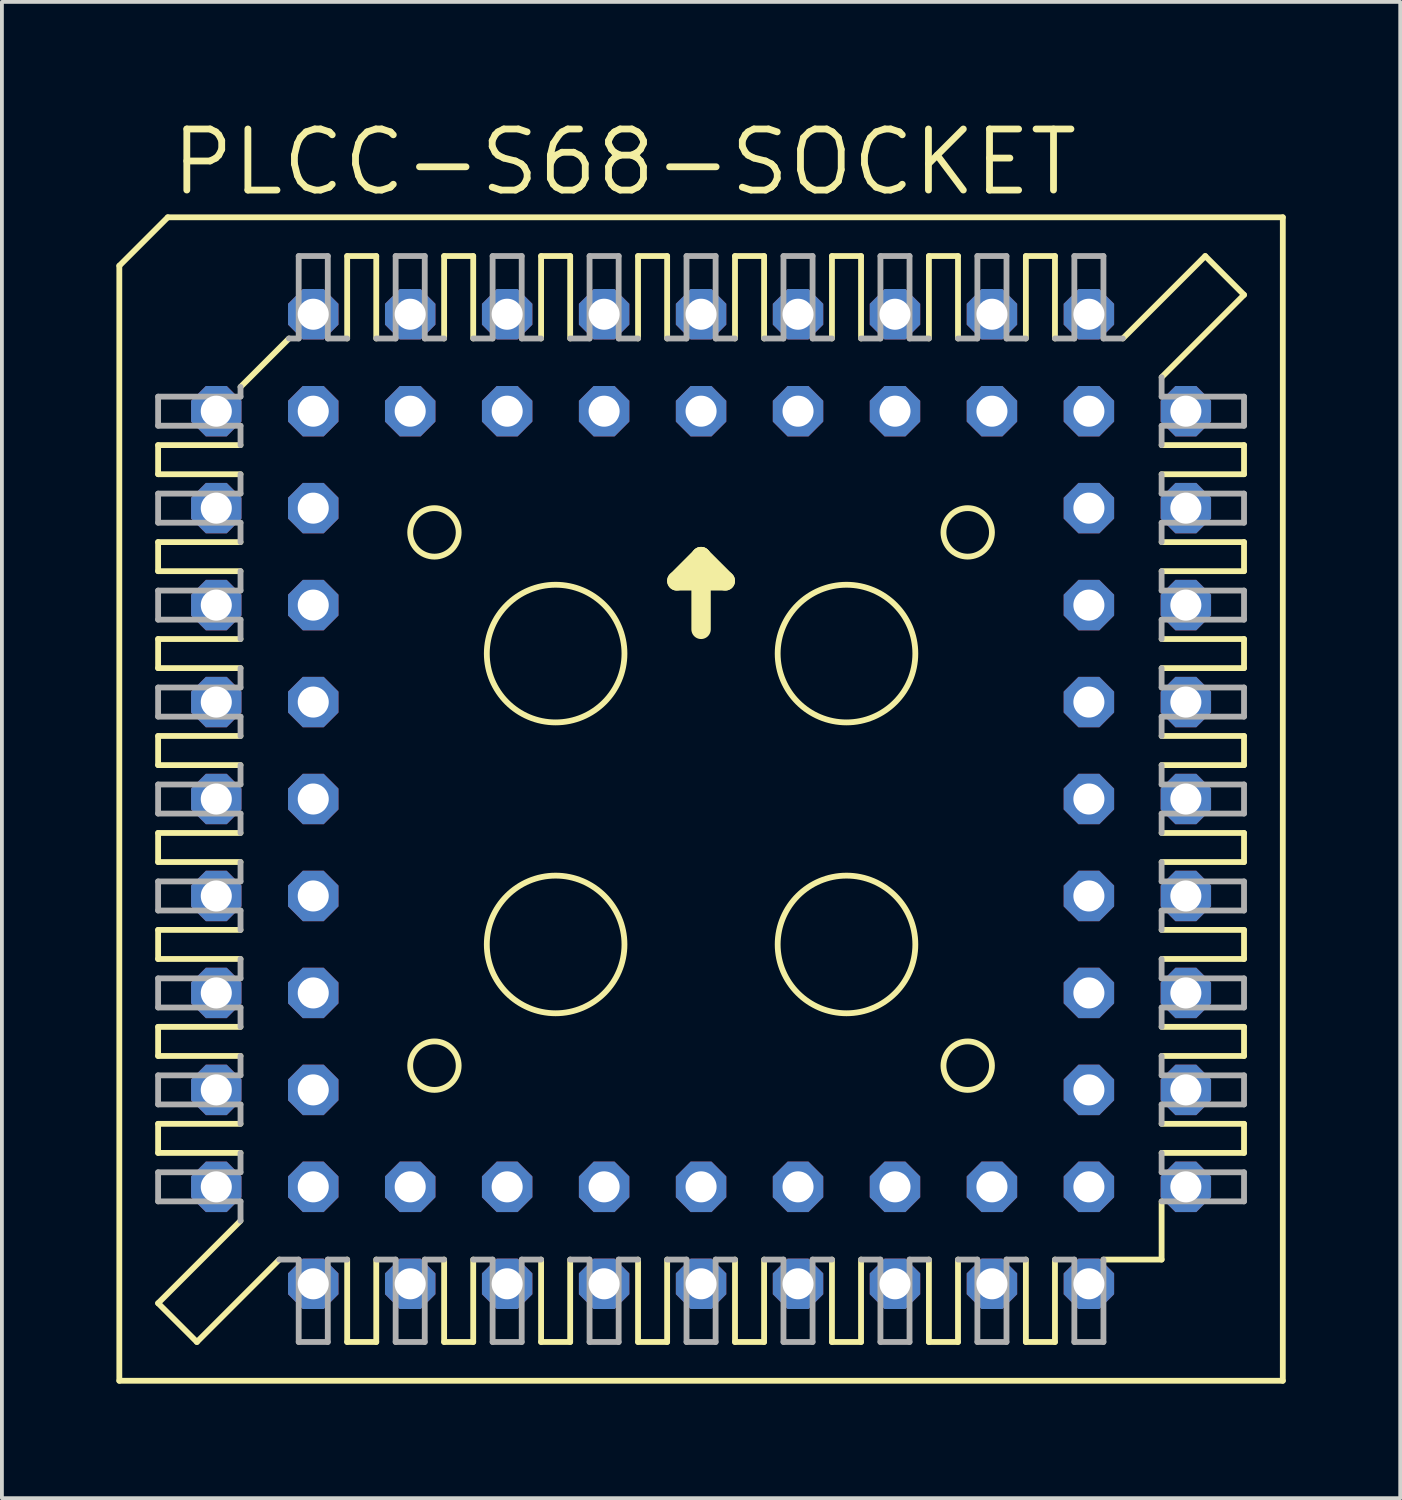
<source format=kicad_pcb>
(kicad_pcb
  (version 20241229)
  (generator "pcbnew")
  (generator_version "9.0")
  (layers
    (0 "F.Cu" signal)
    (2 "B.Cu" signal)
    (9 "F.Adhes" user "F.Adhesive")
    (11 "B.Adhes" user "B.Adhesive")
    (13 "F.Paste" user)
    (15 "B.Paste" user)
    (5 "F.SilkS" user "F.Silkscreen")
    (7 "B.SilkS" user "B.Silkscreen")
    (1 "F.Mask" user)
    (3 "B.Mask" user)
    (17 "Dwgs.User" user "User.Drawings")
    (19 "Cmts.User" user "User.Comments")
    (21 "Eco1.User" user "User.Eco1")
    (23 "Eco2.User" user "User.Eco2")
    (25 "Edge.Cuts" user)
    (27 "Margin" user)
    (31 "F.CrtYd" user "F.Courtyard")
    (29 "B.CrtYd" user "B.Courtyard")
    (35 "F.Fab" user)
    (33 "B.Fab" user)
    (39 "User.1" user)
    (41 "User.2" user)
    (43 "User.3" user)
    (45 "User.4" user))
  (footprint "PLCC-S68-SOCKET"
    (layer "F.Cu")
    (at 15.316 17.882)
    (property "Reference" "PLCC-S68-SOCKET" (at -13.97 -15.748 0) (layer "F.SilkS") (effects (font (size 1.6 1.6) (thickness 0.178)) (justify left bottom)))
    (fp_line (start -15.24 -13.97) (end -15.24 15.24) (stroke (width 0.152) (type solid)) (layer "F.SilkS"))
    (fp_line (start -14.224 -9.271) (end -14.224 -8.509) (stroke (width 0.152) (type solid)) (layer "F.SilkS"))
    (fp_line (start -14.224 -9.271) (end -12.065 -9.271) (stroke (width 0.152) (type solid)) (layer "F.SilkS"))
    (fp_line (start -14.224 -6.731) (end -14.224 -5.969) (stroke (width 0.152) (type solid)) (layer "F.SilkS"))
    (fp_line (start -14.224 -6.731) (end -12.065 -6.731) (stroke (width 0.152) (type solid)) (layer "F.SilkS"))
    (fp_line (start -14.224 -4.191) (end -14.224 -3.429) (stroke (width 0.152) (type solid)) (layer "F.SilkS"))
    (fp_line (start -14.224 -4.191) (end -12.065 -4.191) (stroke (width 0.152) (type solid)) (layer "F.SilkS"))
    (fp_line (start -14.224 -0.889) (end -14.224 -1.651) (stroke (width 0.152) (type solid)) (layer "F.SilkS"))
    (fp_line (start -14.224 -0.889) (end -12.065 -0.889) (stroke (width 0.152) (type solid)) (layer "F.SilkS"))
    (fp_line (start -14.224 1.651) (end -14.224 0.889) (stroke (width 0.152) (type solid)) (layer "F.SilkS"))
    (fp_line (start -14.224 1.651) (end -12.065 1.651) (stroke (width 0.152) (type solid)) (layer "F.SilkS"))
    (fp_line (start -14.224 4.191) (end -14.224 3.429) (stroke (width 0.152) (type solid)) (layer "F.SilkS"))
    (fp_line (start -14.224 4.191) (end -12.065 4.191) (stroke (width 0.152) (type solid)) (layer "F.SilkS"))
    (fp_line (start -14.224 5.969) (end -14.224 6.731) (stroke (width 0.152) (type solid)) (layer "F.SilkS"))
    (fp_line (start -14.224 5.969) (end -12.065 5.969) (stroke (width 0.152) (type solid)) (layer "F.SilkS"))
    (fp_line (start -14.224 8.509) (end -14.224 9.271) (stroke (width 0.152) (type solid)) (layer "F.SilkS"))
    (fp_line (start -14.224 8.509) (end -12.065 8.509) (stroke (width 0.152) (type solid)) (layer "F.SilkS"))
    (fp_line (start -14.224 13.208) (end -12.065 11.049) (stroke (width 0.152) (type solid)) (layer "F.SilkS"))
    (fp_line (start -13.97 -15.24) (end -15.24 -13.97) (stroke (width 0.152) (type solid)) (layer "F.SilkS"))
    (fp_line (start -13.208 14.224) (end -14.224 13.208) (stroke (width 0.152) (type solid)) (layer "F.SilkS"))
    (fp_line (start -13.208 14.224) (end -11.049 12.065) (stroke (width 0.152) (type solid)) (layer "F.SilkS"))
    (fp_line (start -12.065 -10.795) (end -10.795 -12.065) (stroke (width 0.152) (type solid)) (layer "F.SilkS"))
    (fp_line (start -12.065 -8.509) (end -14.224 -8.509) (stroke (width 0.152) (type solid)) (layer "F.SilkS"))
    (fp_line (start -12.065 -5.969) (end -14.224 -5.969) (stroke (width 0.152) (type solid)) (layer "F.SilkS"))
    (fp_line (start -12.065 -3.429) (end -14.224 -3.429) (stroke (width 0.152) (type solid)) (layer "F.SilkS"))
    (fp_line (start -12.065 -1.651) (end -14.224 -1.651) (stroke (width 0.152) (type solid)) (layer "F.SilkS"))
    (fp_line (start -12.065 0.889) (end -14.224 0.889) (stroke (width 0.152) (type solid)) (layer "F.SilkS"))
    (fp_line (start -12.065 3.429) (end -14.224 3.429) (stroke (width 0.152) (type solid)) (layer "F.SilkS"))
    (fp_line (start -12.065 6.731) (end -14.224 6.731) (stroke (width 0.152) (type solid)) (layer "F.SilkS"))
    (fp_line (start -12.065 9.271) (end -14.224 9.271) (stroke (width 0.152) (type solid)) (layer "F.SilkS"))
    (fp_line (start -9.271 -12.065) (end -9.271 -14.224) (stroke (width 0.152) (type solid)) (layer "F.SilkS"))
    (fp_line (start -9.271 14.224) (end -9.271 12.065) (stroke (width 0.152) (type solid)) (layer "F.SilkS"))
    (fp_line (start -9.271 14.224) (end -8.509 14.224) (stroke (width 0.152) (type solid)) (layer "F.SilkS"))
    (fp_line (start -8.509 -14.224) (end -9.271 -14.224) (stroke (width 0.152) (type solid)) (layer "F.SilkS"))
    (fp_line (start -8.509 -14.224) (end -8.509 -12.065) (stroke (width 0.152) (type solid)) (layer "F.SilkS"))
    (fp_line (start -8.509 12.065) (end -8.509 14.224) (stroke (width 0.152) (type solid)) (layer "F.SilkS"))
    (fp_line (start -6.731 -12.065) (end -6.731 -14.224) (stroke (width 0.152) (type solid)) (layer "F.SilkS"))
    (fp_line (start -6.731 14.224) (end -6.731 12.065) (stroke (width 0.152) (type solid)) (layer "F.SilkS"))
    (fp_line (start -6.731 14.224) (end -5.969 14.224) (stroke (width 0.152) (type solid)) (layer "F.SilkS"))
    (fp_line (start -5.969 -14.224) (end -6.731 -14.224) (stroke (width 0.152) (type solid)) (layer "F.SilkS"))
    (fp_line (start -5.969 -14.224) (end -5.969 -12.065) (stroke (width 0.152) (type solid)) (layer "F.SilkS"))
    (fp_line (start -5.969 12.065) (end -5.969 14.224) (stroke (width 0.152) (type solid)) (layer "F.SilkS"))
    (fp_line (start -4.191 -12.065) (end -4.191 -14.224) (stroke (width 0.152) (type solid)) (layer "F.SilkS"))
    (fp_line (start -4.191 14.224) (end -4.191 12.065) (stroke (width 0.152) (type solid)) (layer "F.SilkS"))
    (fp_line (start -4.191 14.224) (end -3.429 14.224) (stroke (width 0.152) (type solid)) (layer "F.SilkS"))
    (fp_line (start -3.429 -14.224) (end -4.191 -14.224) (stroke (width 0.152) (type solid)) (layer "F.SilkS"))
    (fp_line (start -3.429 -14.224) (end -3.429 -12.065) (stroke (width 0.152) (type solid)) (layer "F.SilkS"))
    (fp_line (start -3.429 12.065) (end -3.429 14.224) (stroke (width 0.152) (type solid)) (layer "F.SilkS"))
    (fp_line (start -1.651 -12.065) (end -1.651 -14.224) (stroke (width 0.152) (type solid)) (layer "F.SilkS"))
    (fp_line (start -1.651 14.224) (end -1.651 12.065) (stroke (width 0.152) (type solid)) (layer "F.SilkS"))
    (fp_line (start -1.651 14.224) (end -0.889 14.224) (stroke (width 0.152) (type solid)) (layer "F.SilkS"))
    (fp_line (start -0.889 -14.224) (end -1.651 -14.224) (stroke (width 0.152) (type solid)) (layer "F.SilkS"))
    (fp_line (start -0.889 -14.224) (end -0.889 -12.065) (stroke (width 0.152) (type solid)) (layer "F.SilkS"))
    (fp_line (start -0.889 12.065) (end -0.889 14.224) (stroke (width 0.152) (type solid)) (layer "F.SilkS"))
    (fp_line (start -0.635 -5.715) (end 0 -6.35) (stroke (width 0.508) (type solid)) (layer "F.SilkS"))
    (fp_line (start 0 -6.35) (end 0 -4.445) (stroke (width 0.508) (type solid)) (layer "F.SilkS"))
    (fp_line (start 0 -6.35) (end 0.635 -5.715) (stroke (width 0.508) (type solid)) (layer "F.SilkS"))
    (fp_line (start 0.635 -5.715) (end -0.635 -5.715) (stroke (width 0.508) (type solid)) (layer "F.SilkS"))
    (fp_line (start 0.889 -12.065) (end 0.889 -14.224) (stroke (width 0.152) (type solid)) (layer "F.SilkS"))
    (fp_line (start 0.889 14.224) (end 0.889 12.065) (stroke (width 0.152) (type solid)) (layer "F.SilkS"))
    (fp_line (start 0.889 14.224) (end 1.651 14.224) (stroke (width 0.152) (type solid)) (layer "F.SilkS"))
    (fp_line (start 1.651 -14.224) (end 0.889 -14.224) (stroke (width 0.152) (type solid)) (layer "F.SilkS"))
    (fp_line (start 1.651 -14.224) (end 1.651 -12.065) (stroke (width 0.152) (type solid)) (layer "F.SilkS"))
    (fp_line (start 1.651 12.065) (end 1.651 14.224) (stroke (width 0.152) (type solid)) (layer "F.SilkS"))
    (fp_line (start 3.429 -12.065) (end 3.429 -14.224) (stroke (width 0.152) (type solid)) (layer "F.SilkS"))
    (fp_line (start 3.429 14.224) (end 3.429 12.065) (stroke (width 0.152) (type solid)) (layer "F.SilkS"))
    (fp_line (start 3.429 14.224) (end 4.191 14.224) (stroke (width 0.152) (type solid)) (layer "F.SilkS"))
    (fp_line (start 4.191 -14.224) (end 3.429 -14.224) (stroke (width 0.152) (type solid)) (layer "F.SilkS"))
    (fp_line (start 4.191 -14.224) (end 4.191 -12.065) (stroke (width 0.152) (type solid)) (layer "F.SilkS"))
    (fp_line (start 4.191 12.065) (end 4.191 14.224) (stroke (width 0.152) (type solid)) (layer "F.SilkS"))
    (fp_line (start 5.969 -12.065) (end 5.969 -14.224) (stroke (width 0.152) (type solid)) (layer "F.SilkS"))
    (fp_line (start 5.969 14.224) (end 5.969 12.065) (stroke (width 0.152) (type solid)) (layer "F.SilkS"))
    (fp_line (start 5.969 14.224) (end 6.731 14.224) (stroke (width 0.152) (type solid)) (layer "F.SilkS"))
    (fp_line (start 6.731 -14.224) (end 5.969 -14.224) (stroke (width 0.152) (type solid)) (layer "F.SilkS"))
    (fp_line (start 6.731 -14.224) (end 6.731 -12.065) (stroke (width 0.152) (type solid)) (layer "F.SilkS"))
    (fp_line (start 6.731 12.065) (end 6.731 14.224) (stroke (width 0.152) (type solid)) (layer "F.SilkS"))
    (fp_line (start 8.509 -12.065) (end 8.509 -14.224) (stroke (width 0.152) (type solid)) (layer "F.SilkS"))
    (fp_line (start 8.509 14.224) (end 8.509 12.065) (stroke (width 0.152) (type solid)) (layer "F.SilkS"))
    (fp_line (start 8.509 14.224) (end 9.271 14.224) (stroke (width 0.152) (type solid)) (layer "F.SilkS"))
    (fp_line (start 9.271 -14.224) (end 8.509 -14.224) (stroke (width 0.152) (type solid)) (layer "F.SilkS"))
    (fp_line (start 9.271 -14.224) (end 9.271 -12.065) (stroke (width 0.152) (type solid)) (layer "F.SilkS"))
    (fp_line (start 9.271 14.224) (end 9.271 12.065) (stroke (width 0.152) (type solid)) (layer "F.SilkS"))
    (fp_line (start 10.541 12.065) (end 12.065 12.065) (stroke (width 0.152) (type solid)) (layer "F.SilkS"))
    (fp_line (start 12.065 -9.271) (end 14.224 -9.271) (stroke (width 0.152) (type solid)) (layer "F.SilkS"))
    (fp_line (start 12.065 -6.731) (end 14.224 -6.731) (stroke (width 0.152) (type solid)) (layer "F.SilkS"))
    (fp_line (start 12.065 -3.429) (end 14.224 -3.429) (stroke (width 0.152) (type solid)) (layer "F.SilkS"))
    (fp_line (start 12.065 -0.889) (end 14.224 -0.889) (stroke (width 0.152) (type solid)) (layer "F.SilkS"))
    (fp_line (start 12.065 1.651) (end 14.224 1.651) (stroke (width 0.152) (type solid)) (layer "F.SilkS"))
    (fp_line (start 12.065 3.429) (end 14.224 3.429) (stroke (width 0.152) (type solid)) (layer "F.SilkS"))
    (fp_line (start 12.065 5.969) (end 14.224 5.969) (stroke (width 0.152) (type solid)) (layer "F.SilkS"))
    (fp_line (start 12.065 8.509) (end 14.224 8.509) (stroke (width 0.152) (type solid)) (layer "F.SilkS"))
    (fp_line (start 12.065 12.065) (end 12.065 10.541) (stroke (width 0.152) (type solid)) (layer "F.SilkS"))
    (fp_line (start 13.208 -14.224) (end 11.049 -12.065) (stroke (width 0.152) (type solid)) (layer "F.SilkS"))
    (fp_line (start 14.224 -13.208) (end 12.065 -11.049) (stroke (width 0.152) (type solid)) (layer "F.SilkS"))
    (fp_line (start 14.224 -13.208) (end 13.208 -14.224) (stroke (width 0.152) (type solid)) (layer "F.SilkS"))
    (fp_line (start 14.224 -8.509) (end 12.065 -8.509) (stroke (width 0.152) (type solid)) (layer "F.SilkS"))
    (fp_line (start 14.224 -8.509) (end 14.224 -9.271) (stroke (width 0.152) (type solid)) (layer "F.SilkS"))
    (fp_line (start 14.224 -5.969) (end 12.065 -5.969) (stroke (width 0.152) (type solid)) (layer "F.SilkS"))
    (fp_line (start 14.224 -5.969) (end 14.224 -6.731) (stroke (width 0.152) (type solid)) (layer "F.SilkS"))
    (fp_line (start 14.224 -4.191) (end 12.065 -4.191) (stroke (width 0.152) (type solid)) (layer "F.SilkS"))
    (fp_line (start 14.224 -4.191) (end 14.224 -3.429) (stroke (width 0.152) (type solid)) (layer "F.SilkS"))
    (fp_line (start 14.224 -1.651) (end 12.065 -1.651) (stroke (width 0.152) (type solid)) (layer "F.SilkS"))
    (fp_line (start 14.224 -1.651) (end 14.224 -0.889) (stroke (width 0.152) (type solid)) (layer "F.SilkS"))
    (fp_line (start 14.224 0.889) (end 12.065 0.889) (stroke (width 0.152) (type solid)) (layer "F.SilkS"))
    (fp_line (start 14.224 0.889) (end 14.224 1.651) (stroke (width 0.152) (type solid)) (layer "F.SilkS"))
    (fp_line (start 14.224 4.191) (end 12.065 4.191) (stroke (width 0.152) (type solid)) (layer "F.SilkS"))
    (fp_line (start 14.224 4.191) (end 14.224 3.429) (stroke (width 0.152) (type solid)) (layer "F.SilkS"))
    (fp_line (start 14.224 6.731) (end 12.065 6.731) (stroke (width 0.152) (type solid)) (layer "F.SilkS"))
    (fp_line (start 14.224 6.731) (end 14.224 5.969) (stroke (width 0.152) (type solid)) (layer "F.SilkS"))
    (fp_line (start 14.224 9.271) (end 12.065 9.271) (stroke (width 0.152) (type solid)) (layer "F.SilkS"))
    (fp_line (start 14.224 9.271) (end 14.224 8.509) (stroke (width 0.152) (type solid)) (layer "F.SilkS"))
    (fp_line (start 15.24 -15.24) (end -13.97 -15.24) (stroke (width 0.152) (type solid)) (layer "F.SilkS"))
    (fp_line (start 15.24 15.24) (end -15.24 15.24) (stroke (width 0.152) (type solid)) (layer "F.SilkS"))
    (fp_line (start 15.24 15.24) (end 15.24 -15.24) (stroke (width 0.152) (type solid)) (layer "F.SilkS"))
    (fp_circle (center -6.985 -6.985) (end -6.35 -6.985) (stroke (width 0.152) (type solid)) (fill no) (layer "F.SilkS"))
    (fp_circle (center -6.985 6.985) (end -6.35 6.985) (stroke (width 0.152) (type solid)) (fill no) (layer "F.SilkS"))
    (fp_circle (center -3.81 -3.81) (end -2.007 -3.81) (stroke (width 0.152) (type solid)) (fill no) (layer "F.SilkS"))
    (fp_circle (center -3.81 3.81) (end -2.007 3.81) (stroke (width 0.152) (type solid)) (fill no) (layer "F.SilkS"))
    (fp_circle (center 3.81 -3.81) (end 5.613 -3.81) (stroke (width 0.152) (type solid)) (fill no) (layer "F.SilkS"))
    (fp_circle (center 3.81 3.81) (end 5.613 3.81) (stroke (width 0.152) (type solid)) (fill no) (layer "F.SilkS"))
    (fp_circle (center 6.985 -6.985) (end 7.62 -6.985) (stroke (width 0.152) (type solid)) (fill no) (layer "F.SilkS"))
    (fp_circle (center 6.985 6.985) (end 7.62 6.985) (stroke (width 0.152) (type solid)) (fill no) (layer "F.SilkS"))
    (fp_line (start -14.224 -10.541) (end -14.224 -9.779) (stroke (width 0.152) (type solid)) (layer "F.Fab"))
    (fp_line (start -14.224 -10.541) (end -12.065 -10.541) (stroke (width 0.152) (type solid)) (layer "F.Fab"))
    (fp_line (start -14.224 -7.239) (end -14.224 -8.001) (stroke (width 0.152) (type solid)) (layer "F.Fab"))
    (fp_line (start -14.224 -7.239) (end -12.065 -7.239) (stroke (width 0.152) (type solid)) (layer "F.Fab"))
    (fp_line (start -14.224 -5.461) (end -14.224 -4.699) (stroke (width 0.152) (type solid)) (layer "F.Fab"))
    (fp_line (start -14.224 -5.461) (end -12.065 -5.461) (stroke (width 0.152) (type solid)) (layer "F.Fab"))
    (fp_line (start -14.224 -2.921) (end -14.224 -2.159) (stroke (width 0.152) (type solid)) (layer "F.Fab"))
    (fp_line (start -14.224 -2.921) (end -12.065 -2.921) (stroke (width 0.152) (type solid)) (layer "F.Fab"))
    (fp_line (start -14.224 0.381) (end -14.224 -0.381) (stroke (width 0.152) (type solid)) (layer "F.Fab"))
    (fp_line (start -14.224 0.381) (end -12.065 0.381) (stroke (width 0.152) (type solid)) (layer "F.Fab"))
    (fp_line (start -14.224 2.921) (end -14.224 2.159) (stroke (width 0.152) (type solid)) (layer "F.Fab"))
    (fp_line (start -14.224 2.921) (end -12.065 2.921) (stroke (width 0.152) (type solid)) (layer "F.Fab"))
    (fp_line (start -14.224 5.461) (end -14.224 4.699) (stroke (width 0.152) (type solid)) (layer "F.Fab"))
    (fp_line (start -14.224 5.461) (end -12.065 5.461) (stroke (width 0.152) (type solid)) (layer "F.Fab"))
    (fp_line (start -14.224 7.239) (end -14.224 8.001) (stroke (width 0.152) (type solid)) (layer "F.Fab"))
    (fp_line (start -14.224 7.239) (end -12.065 7.239) (stroke (width 0.152) (type solid)) (layer "F.Fab"))
    (fp_line (start -14.224 9.779) (end -12.065 9.779) (stroke (width 0.152) (type solid)) (layer "F.Fab"))
    (fp_line (start -14.224 10.541) (end -14.224 9.779) (stroke (width 0.152) (type solid)) (layer "F.Fab"))
    (fp_line (start -14.224 10.541) (end -12.065 10.541) (stroke (width 0.152) (type solid)) (layer "F.Fab"))
    (fp_line (start -12.065 -10.541) (end -12.065 -10.795) (stroke (width 0.152) (type solid)) (layer "F.Fab"))
    (fp_line (start -12.065 -9.779) (end -14.224 -9.779) (stroke (width 0.152) (type solid)) (layer "F.Fab"))
    (fp_line (start -12.065 -9.779) (end -12.065 -9.271) (stroke (width 0.152) (type solid)) (layer "F.Fab"))
    (fp_line (start -12.065 -8.001) (end -14.224 -8.001) (stroke (width 0.152) (type solid)) (layer "F.Fab"))
    (fp_line (start -12.065 -8.001) (end -12.065 -8.509) (stroke (width 0.152) (type solid)) (layer "F.Fab"))
    (fp_line (start -12.065 -6.731) (end -12.065 -7.239) (stroke (width 0.152) (type solid)) (layer "F.Fab"))
    (fp_line (start -12.065 -5.969) (end -12.065 -5.461) (stroke (width 0.152) (type solid)) (layer "F.Fab"))
    (fp_line (start -12.065 -4.699) (end -14.224 -4.699) (stroke (width 0.152) (type solid)) (layer "F.Fab"))
    (fp_line (start -12.065 -4.699) (end -12.065 -4.191) (stroke (width 0.152) (type solid)) (layer "F.Fab"))
    (fp_line (start -12.065 -3.429) (end -12.065 -2.921) (stroke (width 0.152) (type solid)) (layer "F.Fab"))
    (fp_line (start -12.065 -2.159) (end -14.224 -2.159) (stroke (width 0.152) (type solid)) (layer "F.Fab"))
    (fp_line (start -12.065 -2.159) (end -12.065 -1.651) (stroke (width 0.152) (type solid)) (layer "F.Fab"))
    (fp_line (start -12.065 -0.381) (end -14.224 -0.381) (stroke (width 0.152) (type solid)) (layer "F.Fab"))
    (fp_line (start -12.065 -0.381) (end -12.065 -0.889) (stroke (width 0.152) (type solid)) (layer "F.Fab"))
    (fp_line (start -12.065 0.889) (end -12.065 0.381) (stroke (width 0.152) (type solid)) (layer "F.Fab"))
    (fp_line (start -12.065 2.159) (end -14.224 2.159) (stroke (width 0.152) (type solid)) (layer "F.Fab"))
    (fp_line (start -12.065 2.159) (end -12.065 1.651) (stroke (width 0.152) (type solid)) (layer "F.Fab"))
    (fp_line (start -12.065 3.429) (end -12.065 2.921) (stroke (width 0.152) (type solid)) (layer "F.Fab"))
    (fp_line (start -12.065 4.699) (end -14.224 4.699) (stroke (width 0.152) (type solid)) (layer "F.Fab"))
    (fp_line (start -12.065 4.699) (end -12.065 4.191) (stroke (width 0.152) (type solid)) (layer "F.Fab"))
    (fp_line (start -12.065 5.461) (end -12.065 5.969) (stroke (width 0.152) (type solid)) (layer "F.Fab"))
    (fp_line (start -12.065 6.731) (end -12.065 7.239) (stroke (width 0.152) (type solid)) (layer "F.Fab"))
    (fp_line (start -12.065 8.001) (end -14.224 8.001) (stroke (width 0.152) (type solid)) (layer "F.Fab"))
    (fp_line (start -12.065 8.001) (end -12.065 8.509) (stroke (width 0.152) (type solid)) (layer "F.Fab"))
    (fp_line (start -12.065 9.271) (end -12.065 9.779) (stroke (width 0.152) (type solid)) (layer "F.Fab"))
    (fp_line (start -12.065 11.049) (end -12.065 10.541) (stroke (width 0.152) (type solid)) (layer "F.Fab"))
    (fp_line (start -11.049 12.065) (end -10.541 12.065) (stroke (width 0.152) (type solid)) (layer "F.Fab"))
    (fp_line (start -10.795 -12.065) (end -10.541 -12.065) (stroke (width 0.152) (type solid)) (layer "F.Fab"))
    (fp_line (start -10.541 -12.065) (end -10.541 -14.224) (stroke (width 0.152) (type solid)) (layer "F.Fab"))
    (fp_line (start -10.541 14.224) (end -10.541 12.065) (stroke (width 0.152) (type solid)) (layer "F.Fab"))
    (fp_line (start -10.541 14.224) (end -9.779 14.224) (stroke (width 0.152) (type solid)) (layer "F.Fab"))
    (fp_line (start -9.779 -14.224) (end -10.541 -14.224) (stroke (width 0.152) (type solid)) (layer "F.Fab"))
    (fp_line (start -9.779 -14.224) (end -9.779 -12.065) (stroke (width 0.152) (type solid)) (layer "F.Fab"))
    (fp_line (start -9.779 12.065) (end -9.779 14.224) (stroke (width 0.152) (type solid)) (layer "F.Fab"))
    (fp_line (start -9.779 12.065) (end -9.271 12.065) (stroke (width 0.152) (type solid)) (layer "F.Fab"))
    (fp_line (start -9.271 -12.065) (end -9.779 -12.065) (stroke (width 0.152) (type solid)) (layer "F.Fab"))
    (fp_line (start -8.001 -12.065) (end -8.509 -12.065) (stroke (width 0.152) (type solid)) (layer "F.Fab"))
    (fp_line (start -8.001 -12.065) (end -8.001 -14.224) (stroke (width 0.152) (type solid)) (layer "F.Fab"))
    (fp_line (start -8.001 12.065) (end -8.509 12.065) (stroke (width 0.152) (type solid)) (layer "F.Fab"))
    (fp_line (start -8.001 12.065) (end -8.001 14.224) (stroke (width 0.152) (type solid)) (layer "F.Fab"))
    (fp_line (start -7.239 -14.224) (end -8.001 -14.224) (stroke (width 0.152) (type solid)) (layer "F.Fab"))
    (fp_line (start -7.239 -14.224) (end -7.239 -12.065) (stroke (width 0.152) (type solid)) (layer "F.Fab"))
    (fp_line (start -7.239 14.224) (end -8.001 14.224) (stroke (width 0.152) (type solid)) (layer "F.Fab"))
    (fp_line (start -7.239 14.224) (end -7.239 12.065) (stroke (width 0.152) (type solid)) (layer "F.Fab"))
    (fp_line (start -6.731 -12.065) (end -7.239 -12.065) (stroke (width 0.152) (type solid)) (layer "F.Fab"))
    (fp_line (start -6.731 12.065) (end -7.239 12.065) (stroke (width 0.152) (type solid)) (layer "F.Fab"))
    (fp_line (start -5.969 12.065) (end -5.461 12.065) (stroke (width 0.152) (type solid)) (layer "F.Fab"))
    (fp_line (start -5.461 -12.065) (end -5.969 -12.065) (stroke (width 0.152) (type solid)) (layer "F.Fab"))
    (fp_line (start -5.461 -12.065) (end -5.461 -14.224) (stroke (width 0.152) (type solid)) (layer "F.Fab"))
    (fp_line (start -5.461 14.224) (end -5.461 12.065) (stroke (width 0.152) (type solid)) (layer "F.Fab"))
    (fp_line (start -5.461 14.224) (end -4.699 14.224) (stroke (width 0.152) (type solid)) (layer "F.Fab"))
    (fp_line (start -4.699 -14.224) (end -5.461 -14.224) (stroke (width 0.152) (type solid)) (layer "F.Fab"))
    (fp_line (start -4.699 -14.224) (end -4.699 -12.065) (stroke (width 0.152) (type solid)) (layer "F.Fab"))
    (fp_line (start -4.699 12.065) (end -4.699 14.224) (stroke (width 0.152) (type solid)) (layer "F.Fab"))
    (fp_line (start -4.699 12.065) (end -4.191 12.065) (stroke (width 0.152) (type solid)) (layer "F.Fab"))
    (fp_line (start -4.191 -12.065) (end -4.699 -12.065) (stroke (width 0.152) (type solid)) (layer "F.Fab"))
    (fp_line (start -3.429 12.065) (end -2.921 12.065) (stroke (width 0.152) (type solid)) (layer "F.Fab"))
    (fp_line (start -2.921 -12.065) (end -3.429 -12.065) (stroke (width 0.152) (type solid)) (layer "F.Fab"))
    (fp_line (start -2.921 -12.065) (end -2.921 -14.224) (stroke (width 0.152) (type solid)) (layer "F.Fab"))
    (fp_line (start -2.921 14.224) (end -2.921 12.065) (stroke (width 0.152) (type solid)) (layer "F.Fab"))
    (fp_line (start -2.921 14.224) (end -2.159 14.224) (stroke (width 0.152) (type solid)) (layer "F.Fab"))
    (fp_line (start -2.159 -14.224) (end -2.921 -14.224) (stroke (width 0.152) (type solid)) (layer "F.Fab"))
    (fp_line (start -2.159 -14.224) (end -2.159 -12.065) (stroke (width 0.152) (type solid)) (layer "F.Fab"))
    (fp_line (start -2.159 12.065) (end -2.159 14.224) (stroke (width 0.152) (type solid)) (layer "F.Fab"))
    (fp_line (start -2.159 12.065) (end -1.651 12.065) (stroke (width 0.152) (type solid)) (layer "F.Fab"))
    (fp_line (start -1.651 -12.065) (end -2.159 -12.065) (stroke (width 0.152) (type solid)) (layer "F.Fab"))
    (fp_line (start -0.889 12.065) (end -0.381 12.065) (stroke (width 0.152) (type solid)) (layer "F.Fab"))
    (fp_line (start -0.381 -12.065) (end -0.889 -12.065) (stroke (width 0.152) (type solid)) (layer "F.Fab"))
    (fp_line (start -0.381 -12.065) (end -0.381 -14.224) (stroke (width 0.152) (type solid)) (layer "F.Fab"))
    (fp_line (start -0.381 14.224) (end -0.381 12.065) (stroke (width 0.152) (type solid)) (layer "F.Fab"))
    (fp_line (start -0.381 14.224) (end 0.381 14.224) (stroke (width 0.152) (type solid)) (layer "F.Fab"))
    (fp_line (start 0.381 -14.224) (end -0.381 -14.224) (stroke (width 0.152) (type solid)) (layer "F.Fab"))
    (fp_line (start 0.381 -14.224) (end 0.381 -12.065) (stroke (width 0.152) (type solid)) (layer "F.Fab"))
    (fp_line (start 0.381 12.065) (end 0.381 14.224) (stroke (width 0.152) (type solid)) (layer "F.Fab"))
    (fp_line (start 0.381 12.065) (end 0.889 12.065) (stroke (width 0.152) (type solid)) (layer "F.Fab"))
    (fp_line (start 0.889 -12.065) (end 0.381 -12.065) (stroke (width 0.152) (type solid)) (layer "F.Fab"))
    (fp_line (start 1.651 12.065) (end 2.159 12.065) (stroke (width 0.152) (type solid)) (layer "F.Fab"))
    (fp_line (start 2.159 -12.065) (end 1.651 -12.065) (stroke (width 0.152) (type solid)) (layer "F.Fab"))
    (fp_line (start 2.159 -12.065) (end 2.159 -14.224) (stroke (width 0.152) (type solid)) (layer "F.Fab"))
    (fp_line (start 2.159 14.224) (end 2.159 12.065) (stroke (width 0.152) (type solid)) (layer "F.Fab"))
    (fp_line (start 2.159 14.224) (end 2.921 14.224) (stroke (width 0.152) (type solid)) (layer "F.Fab"))
    (fp_line (start 2.921 -14.224) (end 2.159 -14.224) (stroke (width 0.152) (type solid)) (layer "F.Fab"))
    (fp_line (start 2.921 -14.224) (end 2.921 -12.065) (stroke (width 0.152) (type solid)) (layer "F.Fab"))
    (fp_line (start 2.921 12.065) (end 2.921 14.224) (stroke (width 0.152) (type solid)) (layer "F.Fab"))
    (fp_line (start 2.921 12.065) (end 3.429 12.065) (stroke (width 0.152) (type solid)) (layer "F.Fab"))
    (fp_line (start 3.429 -12.065) (end 2.921 -12.065) (stroke (width 0.152) (type solid)) (layer "F.Fab"))
    (fp_line (start 4.191 12.065) (end 4.699 12.065) (stroke (width 0.152) (type solid)) (layer "F.Fab"))
    (fp_line (start 4.699 -12.065) (end 4.191 -12.065) (stroke (width 0.152) (type solid)) (layer "F.Fab"))
    (fp_line (start 4.699 -12.065) (end 4.699 -14.224) (stroke (width 0.152) (type solid)) (layer "F.Fab"))
    (fp_line (start 4.699 14.224) (end 4.699 12.065) (stroke (width 0.152) (type solid)) (layer "F.Fab"))
    (fp_line (start 4.699 14.224) (end 5.461 14.224) (stroke (width 0.152) (type solid)) (layer "F.Fab"))
    (fp_line (start 5.461 -14.224) (end 4.699 -14.224) (stroke (width 0.152) (type solid)) (layer "F.Fab"))
    (fp_line (start 5.461 -14.224) (end 5.461 -12.065) (stroke (width 0.152) (type solid)) (layer "F.Fab"))
    (fp_line (start 5.461 12.065) (end 5.461 14.224) (stroke (width 0.152) (type solid)) (layer "F.Fab"))
    (fp_line (start 5.461 12.065) (end 5.969 12.065) (stroke (width 0.152) (type solid)) (layer "F.Fab"))
    (fp_line (start 5.969 -12.065) (end 5.461 -12.065) (stroke (width 0.152) (type solid)) (layer "F.Fab"))
    (fp_line (start 6.731 -12.065) (end 7.239 -12.065) (stroke (width 0.152) (type solid)) (layer "F.Fab"))
    (fp_line (start 6.731 12.065) (end 7.239 12.065) (stroke (width 0.152) (type solid)) (layer "F.Fab"))
    (fp_line (start 7.239 -14.224) (end 7.239 -12.065) (stroke (width 0.152) (type solid)) (layer "F.Fab"))
    (fp_line (start 7.239 -14.224) (end 8.001 -14.224) (stroke (width 0.152) (type solid)) (layer "F.Fab"))
    (fp_line (start 7.239 14.224) (end 7.239 12.065) (stroke (width 0.152) (type solid)) (layer "F.Fab"))
    (fp_line (start 7.239 14.224) (end 8.001 14.224) (stroke (width 0.152) (type solid)) (layer "F.Fab"))
    (fp_line (start 8.001 -12.065) (end 8.001 -14.224) (stroke (width 0.152) (type solid)) (layer "F.Fab"))
    (fp_line (start 8.001 -12.065) (end 8.509 -12.065) (stroke (width 0.152) (type solid)) (layer "F.Fab"))
    (fp_line (start 8.001 12.065) (end 8.001 14.224) (stroke (width 0.152) (type solid)) (layer "F.Fab"))
    (fp_line (start 8.001 12.065) (end 8.509 12.065) (stroke (width 0.152) (type solid)) (layer "F.Fab"))
    (fp_line (start 9.779 -12.065) (end 9.271 -12.065) (stroke (width 0.152) (type solid)) (layer "F.Fab"))
    (fp_line (start 9.779 -12.065) (end 9.779 -14.224) (stroke (width 0.152) (type solid)) (layer "F.Fab"))
    (fp_line (start 9.779 12.065) (end 9.271 12.065) (stroke (width 0.152) (type solid)) (layer "F.Fab"))
    (fp_line (start 9.779 14.224) (end 9.779 12.065) (stroke (width 0.152) (type solid)) (layer "F.Fab"))
    (fp_line (start 9.779 14.224) (end 10.541 14.224) (stroke (width 0.152) (type solid)) (layer "F.Fab"))
    (fp_line (start 10.541 -14.224) (end 9.779 -14.224) (stroke (width 0.152) (type solid)) (layer "F.Fab"))
    (fp_line (start 10.541 -14.224) (end 10.541 -12.065) (stroke (width 0.152) (type solid)) (layer "F.Fab"))
    (fp_line (start 10.541 12.065) (end 10.541 14.224) (stroke (width 0.152) (type solid)) (layer "F.Fab"))
    (fp_line (start 11.049 -12.065) (end 10.541 -12.065) (stroke (width 0.152) (type solid)) (layer "F.Fab"))
    (fp_line (start 12.065 -11.049) (end 12.065 -10.541) (stroke (width 0.152) (type solid)) (layer "F.Fab"))
    (fp_line (start 12.065 -9.779) (end 12.065 -9.271) (stroke (width 0.152) (type solid)) (layer "F.Fab"))
    (fp_line (start 12.065 -9.779) (end 14.224 -9.779) (stroke (width 0.152) (type solid)) (layer "F.Fab"))
    (fp_line (start 12.065 -8.001) (end 12.065 -8.509) (stroke (width 0.152) (type solid)) (layer "F.Fab"))
    (fp_line (start 12.065 -8.001) (end 14.224 -8.001) (stroke (width 0.152) (type solid)) (layer "F.Fab"))
    (fp_line (start 12.065 -6.731) (end 12.065 -7.239) (stroke (width 0.152) (type solid)) (layer "F.Fab"))
    (fp_line (start 12.065 -5.461) (end 12.065 -5.969) (stroke (width 0.152) (type solid)) (layer "F.Fab"))
    (fp_line (start 12.065 -4.699) (end 12.065 -4.191) (stroke (width 0.152) (type solid)) (layer "F.Fab"))
    (fp_line (start 12.065 -4.699) (end 14.224 -4.699) (stroke (width 0.152) (type solid)) (layer "F.Fab"))
    (fp_line (start 12.065 -3.429) (end 12.065 -2.921) (stroke (width 0.152) (type solid)) (layer "F.Fab"))
    (fp_line (start 12.065 -2.159) (end 12.065 -1.651) (stroke (width 0.152) (type solid)) (layer "F.Fab"))
    (fp_line (start 12.065 -2.159) (end 14.224 -2.159) (stroke (width 0.152) (type solid)) (layer "F.Fab"))
    (fp_line (start 12.065 -0.889) (end 12.065 -0.381) (stroke (width 0.152) (type solid)) (layer "F.Fab"))
    (fp_line (start 12.065 0.381) (end 12.065 0.889) (stroke (width 0.152) (type solid)) (layer "F.Fab"))
    (fp_line (start 12.065 0.381) (end 14.224 0.381) (stroke (width 0.152) (type solid)) (layer "F.Fab"))
    (fp_line (start 12.065 1.651) (end 12.065 2.159) (stroke (width 0.152) (type solid)) (layer "F.Fab"))
    (fp_line (start 12.065 2.159) (end 14.224 2.159) (stroke (width 0.152) (type solid)) (layer "F.Fab"))
    (fp_line (start 12.065 3.429) (end 12.065 2.921) (stroke (width 0.152) (type solid)) (layer "F.Fab"))
    (fp_line (start 12.065 4.699) (end 12.065 4.191) (stroke (width 0.152) (type solid)) (layer "F.Fab"))
    (fp_line (start 12.065 4.699) (end 14.224 4.699) (stroke (width 0.152) (type solid)) (layer "F.Fab"))
    (fp_line (start 12.065 5.969) (end 12.065 5.461) (stroke (width 0.152) (type solid)) (layer "F.Fab"))
    (fp_line (start 12.065 6.731) (end 12.065 7.239) (stroke (width 0.152) (type solid)) (layer "F.Fab"))
    (fp_line (start 12.065 8.001) (end 12.065 8.509) (stroke (width 0.152) (type solid)) (layer "F.Fab"))
    (fp_line (start 12.065 8.001) (end 14.224 8.001) (stroke (width 0.152) (type solid)) (layer "F.Fab"))
    (fp_line (start 12.065 9.779) (end 12.065 9.271) (stroke (width 0.152) (type solid)) (layer "F.Fab"))
    (fp_line (start 12.065 9.779) (end 14.224 9.779) (stroke (width 0.152) (type solid)) (layer "F.Fab"))
    (fp_line (start 14.224 -10.541) (end 12.065 -10.541) (stroke (width 0.152) (type solid)) (layer "F.Fab"))
    (fp_line (start 14.224 -10.541) (end 14.224 -9.779) (stroke (width 0.152) (type solid)) (layer "F.Fab"))
    (fp_line (start 14.224 -7.239) (end 12.065 -7.239) (stroke (width 0.152) (type solid)) (layer "F.Fab"))
    (fp_line (start 14.224 -7.239) (end 14.224 -8.001) (stroke (width 0.152) (type solid)) (layer "F.Fab"))
    (fp_line (start 14.224 -5.461) (end 12.065 -5.461) (stroke (width 0.152) (type solid)) (layer "F.Fab"))
    (fp_line (start 14.224 -5.461) (end 14.224 -4.699) (stroke (width 0.152) (type solid)) (layer "F.Fab"))
    (fp_line (start 14.224 -2.921) (end 12.065 -2.921) (stroke (width 0.152) (type solid)) (layer "F.Fab"))
    (fp_line (start 14.224 -2.921) (end 14.224 -2.159) (stroke (width 0.152) (type solid)) (layer "F.Fab"))
    (fp_line (start 14.224 -0.381) (end 12.065 -0.381) (stroke (width 0.152) (type solid)) (layer "F.Fab"))
    (fp_line (start 14.224 -0.381) (end 14.224 0.381) (stroke (width 0.152) (type solid)) (layer "F.Fab"))
    (fp_line (start 14.224 2.921) (end 12.065 2.921) (stroke (width 0.152) (type solid)) (layer "F.Fab"))
    (fp_line (start 14.224 2.921) (end 14.224 2.159) (stroke (width 0.152) (type solid)) (layer "F.Fab"))
    (fp_line (start 14.224 5.461) (end 12.065 5.461) (stroke (width 0.152) (type solid)) (layer "F.Fab"))
    (fp_line (start 14.224 5.461) (end 14.224 4.699) (stroke (width 0.152) (type solid)) (layer "F.Fab"))
    (fp_line (start 14.224 7.239) (end 12.065 7.239) (stroke (width 0.152) (type solid)) (layer "F.Fab"))
    (fp_line (start 14.224 7.239) (end 14.224 8.001) (stroke (width 0.152) (type solid)) (layer "F.Fab"))
    (fp_line (start 14.224 10.541) (end 12.065 10.541) (stroke (width 0.152) (type solid)) (layer "F.Fab"))
    (fp_line (start 14.224 10.541) (end 14.224 9.779) (stroke (width 0.152) (type solid)) (layer "F.Fab"))
    (pad "1" thru_hole roundrect (at 0 -12.7) (size 1.321 1.321) (drill 0.813) (layers "*.Cu" "*.Mask") (roundrect_rratio 0.25) (chamfer_ratio 0.293) (chamfer top_left top_right bottom_left bottom_right))
    (pad "2" thru_hole roundrect (at 0 -10.16) (size 1.321 1.321) (drill 0.813) (layers "*.Cu" "*.Mask") (roundrect_rratio 0.25) (chamfer_ratio 0.293) (chamfer top_left top_right bottom_left bottom_right))
    (pad "3" thru_hole roundrect (at -2.54 -12.7) (size 1.321 1.321) (drill 0.813) (layers "*.Cu" "*.Mask") (roundrect_rratio 0.25) (chamfer_ratio 0.293) (chamfer top_left top_right bottom_left bottom_right))
    (pad "4" thru_hole roundrect (at -2.54 -10.16) (size 1.321 1.321) (drill 0.813) (layers "*.Cu" "*.Mask") (roundrect_rratio 0.25) (chamfer_ratio 0.293) (chamfer top_left top_right bottom_left bottom_right))
    (pad "5" thru_hole roundrect (at -5.08 -12.7) (size 1.321 1.321) (drill 0.813) (layers "*.Cu" "*.Mask") (roundrect_rratio 0.25) (chamfer_ratio 0.293) (chamfer top_left top_right bottom_left bottom_right))
    (pad "6" thru_hole roundrect (at -5.08 -10.16) (size 1.321 1.321) (drill 0.813) (layers "*.Cu" "*.Mask") (roundrect_rratio 0.25) (chamfer_ratio 0.293) (chamfer top_left top_right bottom_left bottom_right))
    (pad "7" thru_hole roundrect (at -7.62 -12.7) (size 1.321 1.321) (drill 0.813) (layers "*.Cu" "*.Mask") (roundrect_rratio 0.25) (chamfer_ratio 0.293) (chamfer top_left top_right bottom_left bottom_right))
    (pad "8" thru_hole roundrect (at -7.62 -10.16) (size 1.321 1.321) (drill 0.813) (layers "*.Cu" "*.Mask") (roundrect_rratio 0.25) (chamfer_ratio 0.293) (chamfer top_left top_right bottom_left bottom_right))
    (pad "9" thru_hole roundrect (at -10.16 -12.7) (size 1.321 1.321) (drill 0.813) (layers "*.Cu" "*.Mask") (roundrect_rratio 0.25) (chamfer_ratio 0.293) (chamfer top_left top_right bottom_left bottom_right))
    (pad "10" thru_hole roundrect (at -12.7 -10.16) (size 1.321 1.321) (drill 0.813) (layers "*.Cu" "*.Mask") (roundrect_rratio 0.25) (chamfer_ratio 0.293) (chamfer top_left top_right bottom_left bottom_right))
    (pad "11" thru_hole roundrect (at -10.16 -10.16) (size 1.321 1.321) (drill 0.813) (layers "*.Cu" "*.Mask") (roundrect_rratio 0.25) (chamfer_ratio 0.293) (chamfer top_left top_right bottom_left bottom_right))
    (pad "12" thru_hole roundrect (at -12.7 -7.62) (size 1.321 1.321) (drill 0.813) (layers "*.Cu" "*.Mask") (roundrect_rratio 0.25) (chamfer_ratio 0.293) (chamfer top_left top_right bottom_left bottom_right))
    (pad "13" thru_hole roundrect (at -10.16 -7.62) (size 1.321 1.321) (drill 0.813) (layers "*.Cu" "*.Mask") (roundrect_rratio 0.25) (chamfer_ratio 0.293) (chamfer top_left top_right bottom_left bottom_right))
    (pad "14" thru_hole roundrect (at -12.7 -5.08) (size 1.321 1.321) (drill 0.813) (layers "*.Cu" "*.Mask") (roundrect_rratio 0.25) (chamfer_ratio 0.293) (chamfer top_left top_right bottom_left bottom_right))
    (pad "15" thru_hole roundrect (at -10.16 -5.08) (size 1.321 1.321) (drill 0.813) (layers "*.Cu" "*.Mask") (roundrect_rratio 0.25) (chamfer_ratio 0.293) (chamfer top_left top_right bottom_left bottom_right))
    (pad "16" thru_hole roundrect (at -12.7 -2.54) (size 1.321 1.321) (drill 0.813) (layers "*.Cu" "*.Mask") (roundrect_rratio 0.25) (chamfer_ratio 0.293) (chamfer top_left top_right bottom_left bottom_right))
    (pad "17" thru_hole roundrect (at -10.16 -2.54) (size 1.321 1.321) (drill 0.813) (layers "*.Cu" "*.Mask") (roundrect_rratio 0.25) (chamfer_ratio 0.293) (chamfer top_left top_right bottom_left bottom_right))
    (pad "18" thru_hole roundrect (at -12.7 0) (size 1.321 1.321) (drill 0.813) (layers "*.Cu" "*.Mask") (roundrect_rratio 0.25) (chamfer_ratio 0.293) (chamfer top_left top_right bottom_left bottom_right))
    (pad "19" thru_hole roundrect (at -10.16 0) (size 1.321 1.321) (drill 0.813) (layers "*.Cu" "*.Mask") (roundrect_rratio 0.25) (chamfer_ratio 0.293) (chamfer top_left top_right bottom_left bottom_right))
    (pad "20" thru_hole roundrect (at -12.7 2.54) (size 1.321 1.321) (drill 0.813) (layers "*.Cu" "*.Mask") (roundrect_rratio 0.25) (chamfer_ratio 0.293) (chamfer top_left top_right bottom_left bottom_right))
    (pad "21" thru_hole roundrect (at -10.16 2.54) (size 1.321 1.321) (drill 0.813) (layers "*.Cu" "*.Mask") (roundrect_rratio 0.25) (chamfer_ratio 0.293) (chamfer top_left top_right bottom_left bottom_right))
    (pad "22" thru_hole roundrect (at -12.7 5.08) (size 1.321 1.321) (drill 0.813) (layers "*.Cu" "*.Mask") (roundrect_rratio 0.25) (chamfer_ratio 0.293) (chamfer top_left top_right bottom_left bottom_right))
    (pad "23" thru_hole roundrect (at -10.16 5.08) (size 1.321 1.321) (drill 0.813) (layers "*.Cu" "*.Mask") (roundrect_rratio 0.25) (chamfer_ratio 0.293) (chamfer top_left top_right bottom_left bottom_right))
    (pad "24" thru_hole roundrect (at -12.7 7.62) (size 1.321 1.321) (drill 0.813) (layers "*.Cu" "*.Mask") (roundrect_rratio 0.25) (chamfer_ratio 0.293) (chamfer top_left top_right bottom_left bottom_right))
    (pad "25" thru_hole roundrect (at -10.16 7.62) (size 1.321 1.321) (drill 0.813) (layers "*.Cu" "*.Mask") (roundrect_rratio 0.25) (chamfer_ratio 0.293) (chamfer top_left top_right bottom_left bottom_right))
    (pad "26" thru_hole roundrect (at -12.7 10.16) (size 1.321 1.321) (drill 0.813) (layers "*.Cu" "*.Mask") (roundrect_rratio 0.25) (chamfer_ratio 0.293) (chamfer top_left top_right bottom_left bottom_right))
    (pad "27" thru_hole roundrect (at -10.16 12.7) (size 1.321 1.321) (drill 0.813) (layers "*.Cu" "*.Mask") (roundrect_rratio 0.25) (chamfer_ratio 0.293) (chamfer top_left top_right bottom_left bottom_right))
    (pad "28" thru_hole roundrect (at -10.16 10.16) (size 1.321 1.321) (drill 0.813) (layers "*.Cu" "*.Mask") (roundrect_rratio 0.25) (chamfer_ratio 0.293) (chamfer top_left top_right bottom_left bottom_right))
    (pad "29" thru_hole roundrect (at -7.62 12.7) (size 1.321 1.321) (drill 0.813) (layers "*.Cu" "*.Mask") (roundrect_rratio 0.25) (chamfer_ratio 0.293) (chamfer top_left top_right bottom_left bottom_right))
    (pad "30" thru_hole roundrect (at -7.62 10.16) (size 1.321 1.321) (drill 0.813) (layers "*.Cu" "*.Mask") (roundrect_rratio 0.25) (chamfer_ratio 0.293) (chamfer top_left top_right bottom_left bottom_right))
    (pad "31" thru_hole roundrect (at -5.08 12.7) (size 1.321 1.321) (drill 0.813) (layers "*.Cu" "*.Mask") (roundrect_rratio 0.25) (chamfer_ratio 0.293) (chamfer top_left top_right bottom_left bottom_right))
    (pad "32" thru_hole roundrect (at -5.08 10.16) (size 1.321 1.321) (drill 0.813) (layers "*.Cu" "*.Mask") (roundrect_rratio 0.25) (chamfer_ratio 0.293) (chamfer top_left top_right bottom_left bottom_right))
    (pad "33" thru_hole roundrect (at -2.54 12.7) (size 1.321 1.321) (drill 0.813) (layers "*.Cu" "*.Mask") (roundrect_rratio 0.25) (chamfer_ratio 0.293) (chamfer top_left top_right bottom_left bottom_right))
    (pad "34" thru_hole roundrect (at -2.54 10.16) (size 1.321 1.321) (drill 0.813) (layers "*.Cu" "*.Mask") (roundrect_rratio 0.25) (chamfer_ratio 0.293) (chamfer top_left top_right bottom_left bottom_right))
    (pad "35" thru_hole roundrect (at 0 12.7) (size 1.321 1.321) (drill 0.813) (layers "*.Cu" "*.Mask") (roundrect_rratio 0.25) (chamfer_ratio 0.293) (chamfer top_left top_right bottom_left bottom_right))
    (pad "36" thru_hole roundrect (at 0 10.16) (size 1.321 1.321) (drill 0.813) (layers "*.Cu" "*.Mask") (roundrect_rratio 0.25) (chamfer_ratio 0.293) (chamfer top_left top_right bottom_left bottom_right))
    (pad "37" thru_hole roundrect (at 2.54 12.7) (size 1.321 1.321) (drill 0.813) (layers "*.Cu" "*.Mask") (roundrect_rratio 0.25) (chamfer_ratio 0.293) (chamfer top_left top_right bottom_left bottom_right))
    (pad "38" thru_hole roundrect (at 2.54 10.16) (size 1.321 1.321) (drill 0.813) (layers "*.Cu" "*.Mask") (roundrect_rratio 0.25) (chamfer_ratio 0.293) (chamfer top_left top_right bottom_left bottom_right))
    (pad "39" thru_hole roundrect (at 5.08 12.7) (size 1.321 1.321) (drill 0.813) (layers "*.Cu" "*.Mask") (roundrect_rratio 0.25) (chamfer_ratio 0.293) (chamfer top_left top_right bottom_left bottom_right))
    (pad "40" thru_hole roundrect (at 5.08 10.16) (size 1.321 1.321) (drill 0.813) (layers "*.Cu" "*.Mask") (roundrect_rratio 0.25) (chamfer_ratio 0.293) (chamfer top_left top_right bottom_left bottom_right))
    (pad "41" thru_hole roundrect (at 7.62 12.7) (size 1.321 1.321) (drill 0.813) (layers "*.Cu" "*.Mask") (roundrect_rratio 0.25) (chamfer_ratio 0.293) (chamfer top_left top_right bottom_left bottom_right))
    (pad "42" thru_hole roundrect (at 7.62 10.16) (size 1.321 1.321) (drill 0.813) (layers "*.Cu" "*.Mask") (roundrect_rratio 0.25) (chamfer_ratio 0.293) (chamfer top_left top_right bottom_left bottom_right))
    (pad "43" thru_hole roundrect (at 10.16 12.7) (size 1.321 1.321) (drill 0.813) (layers "*.Cu" "*.Mask") (roundrect_rratio 0.25) (chamfer_ratio 0.293) (chamfer top_left top_right bottom_left bottom_right))
    (pad "44" thru_hole roundrect (at 12.7 10.16) (size 1.321 1.321) (drill 0.813) (layers "*.Cu" "*.Mask") (roundrect_rratio 0.25) (chamfer_ratio 0.293) (chamfer top_left top_right bottom_left bottom_right))
    (pad "45" thru_hole roundrect (at 10.16 10.16) (size 1.321 1.321) (drill 0.813) (layers "*.Cu" "*.Mask") (roundrect_rratio 0.25) (chamfer_ratio 0.293) (chamfer top_left top_right bottom_left bottom_right))
    (pad "46" thru_hole roundrect (at 12.7 7.62) (size 1.321 1.321) (drill 0.813) (layers "*.Cu" "*.Mask") (roundrect_rratio 0.25) (chamfer_ratio 0.293) (chamfer top_left top_right bottom_left bottom_right))
    (pad "47" thru_hole roundrect (at 10.16 7.62) (size 1.321 1.321) (drill 0.813) (layers "*.Cu" "*.Mask") (roundrect_rratio 0.25) (chamfer_ratio 0.293) (chamfer top_left top_right bottom_left bottom_right))
    (pad "48" thru_hole roundrect (at 12.7 5.08) (size 1.321 1.321) (drill 0.813) (layers "*.Cu" "*.Mask") (roundrect_rratio 0.25) (chamfer_ratio 0.293) (chamfer top_left top_right bottom_left bottom_right))
    (pad "49" thru_hole roundrect (at 10.16 5.08) (size 1.321 1.321) (drill 0.813) (layers "*.Cu" "*.Mask") (roundrect_rratio 0.25) (chamfer_ratio 0.293) (chamfer top_left top_right bottom_left bottom_right))
    (pad "50" thru_hole roundrect (at 12.7 2.54) (size 1.321 1.321) (drill 0.813) (layers "*.Cu" "*.Mask") (roundrect_rratio 0.25) (chamfer_ratio 0.293) (chamfer top_left top_right bottom_left bottom_right))
    (pad "51" thru_hole roundrect (at 10.16 2.54) (size 1.321 1.321) (drill 0.813) (layers "*.Cu" "*.Mask") (roundrect_rratio 0.25) (chamfer_ratio 0.293) (chamfer top_left top_right bottom_left bottom_right))
    (pad "52" thru_hole roundrect (at 12.7 0) (size 1.321 1.321) (drill 0.813) (layers "*.Cu" "*.Mask") (roundrect_rratio 0.25) (chamfer_ratio 0.293) (chamfer top_left top_right bottom_left bottom_right))
    (pad "53" thru_hole roundrect (at 10.16 0) (size 1.321 1.321) (drill 0.813) (layers "*.Cu" "*.Mask") (roundrect_rratio 0.25) (chamfer_ratio 0.293) (chamfer top_left top_right bottom_left bottom_right))
    (pad "54" thru_hole roundrect (at 12.7 -2.54) (size 1.321 1.321) (drill 0.813) (layers "*.Cu" "*.Mask") (roundrect_rratio 0.25) (chamfer_ratio 0.293) (chamfer top_left top_right bottom_left bottom_right))
    (pad "55" thru_hole roundrect (at 10.16 -2.54) (size 1.321 1.321) (drill 0.813) (layers "*.Cu" "*.Mask") (roundrect_rratio 0.25) (chamfer_ratio 0.293) (chamfer top_left top_right bottom_left bottom_right))
    (pad "56" thru_hole roundrect (at 12.7 -5.08) (size 1.321 1.321) (drill 0.813) (layers "*.Cu" "*.Mask") (roundrect_rratio 0.25) (chamfer_ratio 0.293) (chamfer top_left top_right bottom_left bottom_right))
    (pad "57" thru_hole roundrect (at 10.16 -5.08) (size 1.321 1.321) (drill 0.813) (layers "*.Cu" "*.Mask") (roundrect_rratio 0.25) (chamfer_ratio 0.293) (chamfer top_left top_right bottom_left bottom_right))
    (pad "58" thru_hole roundrect (at 12.7 -7.62) (size 1.321 1.321) (drill 0.813) (layers "*.Cu" "*.Mask") (roundrect_rratio 0.25) (chamfer_ratio 0.293) (chamfer top_left top_right bottom_left bottom_right))
    (pad "59" thru_hole roundrect (at 10.16 -7.62) (size 1.321 1.321) (drill 0.813) (layers "*.Cu" "*.Mask") (roundrect_rratio 0.25) (chamfer_ratio 0.293) (chamfer top_left top_right bottom_left bottom_right))
    (pad "60" thru_hole roundrect (at 12.7 -10.16) (size 1.321 1.321) (drill 0.813) (layers "*.Cu" "*.Mask") (roundrect_rratio 0.25) (chamfer_ratio 0.293) (chamfer top_left top_right bottom_left bottom_right))
    (pad "61" thru_hole roundrect (at 10.16 -12.7) (size 1.321 1.321) (drill 0.813) (layers "*.Cu" "*.Mask") (roundrect_rratio 0.25) (chamfer_ratio 0.293) (chamfer top_left top_right bottom_left bottom_right))
    (pad "62" thru_hole roundrect (at 10.16 -10.16) (size 1.321 1.321) (drill 0.813) (layers "*.Cu" "*.Mask") (roundrect_rratio 0.25) (chamfer_ratio 0.293) (chamfer top_left top_right bottom_left bottom_right))
    (pad "63" thru_hole roundrect (at 7.62 -12.7) (size 1.321 1.321) (drill 0.813) (layers "*.Cu" "*.Mask") (roundrect_rratio 0.25) (chamfer_ratio 0.293) (chamfer top_left top_right bottom_left bottom_right))
    (pad "64" thru_hole roundrect (at 7.62 -10.16) (size 1.321 1.321) (drill 0.813) (layers "*.Cu" "*.Mask") (roundrect_rratio 0.25) (chamfer_ratio 0.293) (chamfer top_left top_right bottom_left bottom_right))
    (pad "65" thru_hole roundrect (at 5.08 -12.7) (size 1.321 1.321) (drill 0.813) (layers "*.Cu" "*.Mask") (roundrect_rratio 0.25) (chamfer_ratio 0.293) (chamfer top_left top_right bottom_left bottom_right))
    (pad "66" thru_hole roundrect (at 5.08 -10.16) (size 1.321 1.321) (drill 0.813) (layers "*.Cu" "*.Mask") (roundrect_rratio 0.25) (chamfer_ratio 0.293) (chamfer top_left top_right bottom_left bottom_right))
    (pad "67" thru_hole roundrect (at 2.54 -12.7) (size 1.321 1.321) (drill 0.813) (layers "*.Cu" "*.Mask") (roundrect_rratio 0.25) (chamfer_ratio 0.293) (chamfer top_left top_right bottom_left bottom_right))
    (pad "68" thru_hole roundrect (at 2.54 -10.16) (size 1.321 1.321) (drill 0.813) (layers "*.Cu" "*.Mask") (roundrect_rratio 0.25) (chamfer_ratio 0.293) (chamfer top_left top_right bottom_left bottom_right)))
  (gr_rect
    (start -3 -3)
    (end 33.632 36.198)
    (stroke (width 0.1) (type default))
    (fill no)
    (layer "Edge.Cuts")))
</source>
